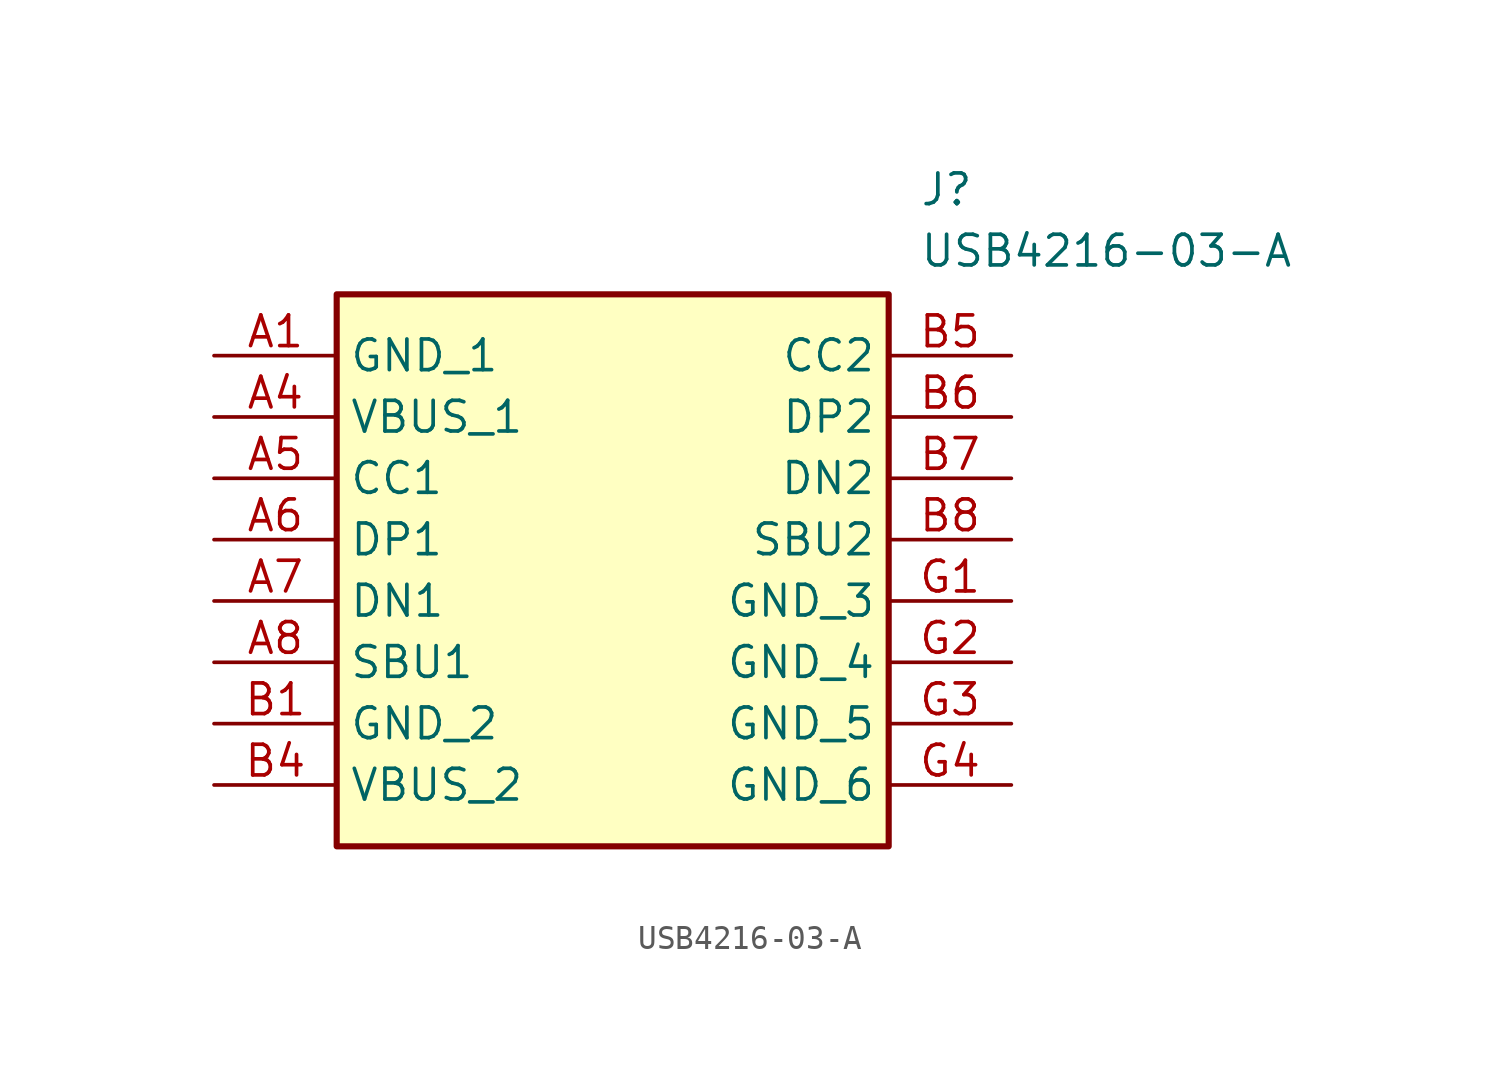
<source format=kicad_sym>
(kicad_symbol_lib
  (version 20211014)
  (generator SamacSys_ECAD_Model)
  (symbol "USB4216-03-A"
    (property "Reference" "J"
      (at 29.21 7.62 0)
      (effects (font (size 1.27 1.27)) (justify left top)))
    (property "Value" "USB4216-03-A"
      (at 29.21 5.08 0)
      (effects (font (size 1.27 1.27)) (justify left top)))
    (rectangle
      (start 5.08 2.54)
      (end 27.94 -20.32)
      (stroke (width 0.254) (type default))
      (fill (type background)))
    (pin passive line
      (at 0 0 0)
      (length 5.08)
      (name "GND_1" (effects (font (size 1.27 1.27))))
      (number "A1" (effects (font (size 1.27 1.27)))))
    (pin passive line
      (at 0 -2.54 0)
      (length 5.08)
      (name "VBUS_1" (effects (font (size 1.27 1.27))))
      (number "A4" (effects (font (size 1.27 1.27)))))
    (pin passive line
      (at 0 -5.08 0)
      (length 5.08)
      (name "CC1" (effects (font (size 1.27 1.27))))
      (number "A5" (effects (font (size 1.27 1.27)))))
    (pin passive line
      (at 0 -7.62 0)
      (length 5.08)
      (name "DP1" (effects (font (size 1.27 1.27))))
      (number "A6" (effects (font (size 1.27 1.27)))))
    (pin passive line
      (at 0 -10.16 0)
      (length 5.08)
      (name "DN1" (effects (font (size 1.27 1.27))))
      (number "A7" (effects (font (size 1.27 1.27)))))
    (pin passive line
      (at 0 -12.7 0)
      (length 5.08)
      (name "SBU1" (effects (font (size 1.27 1.27))))
      (number "A8" (effects (font (size 1.27 1.27)))))
    (pin passive line
      (at 0 -15.24 0)
      (length 5.08)
      (name "GND_2" (effects (font (size 1.27 1.27))))
      (number "B1" (effects (font (size 1.27 1.27)))))
    (pin passive line
      (at 0 -17.78 0)
      (length 5.08)
      (name "VBUS_2" (effects (font (size 1.27 1.27))))
      (number "B4" (effects (font (size 1.27 1.27)))))
    (pin passive line
      (at 33.02 0 180)
      (length 5.08)
      (name "CC2" (effects (font (size 1.27 1.27))))
      (number "B5" (effects (font (size 1.27 1.27)))))
    (pin passive line
      (at 33.02 -2.54 180)
      (length 5.08)
      (name "DP2" (effects (font (size 1.27 1.27))))
      (number "B6" (effects (font (size 1.27 1.27)))))
    (pin passive line
      (at 33.02 -5.08 180)
      (length 5.08)
      (name "DN2" (effects (font (size 1.27 1.27))))
      (number "B7" (effects (font (size 1.27 1.27)))))
    (pin passive line
      (at 33.02 -7.62 180)
      (length 5.08)
      (name "SBU2" (effects (font (size 1.27 1.27))))
      (number "B8" (effects (font (size 1.27 1.27)))))
    (pin passive line
      (at 33.02 -10.16 180)
      (length 5.08)
      (name "GND_3" (effects (font (size 1.27 1.27))))
      (number "G1" (effects (font (size 1.27 1.27)))))
    (pin passive line
      (at 33.02 -12.7 180)
      (length 5.08)
      (name "GND_4" (effects (font (size 1.27 1.27))))
      (number "G2" (effects (font (size 1.27 1.27)))))
    (pin passive line
      (at 33.02 -15.24 180)
      (length 5.08)
      (name "GND_5" (effects (font (size 1.27 1.27))))
      (number "G3" (effects (font (size 1.27 1.27)))))
    (pin passive line
      (at 33.02 -17.78 180)
      (length 5.08)
      (name "GND_6" (effects (font (size 1.27 1.27))))
      (number "G4" (effects (font (size 1.27 1.27)))))))
</source>
